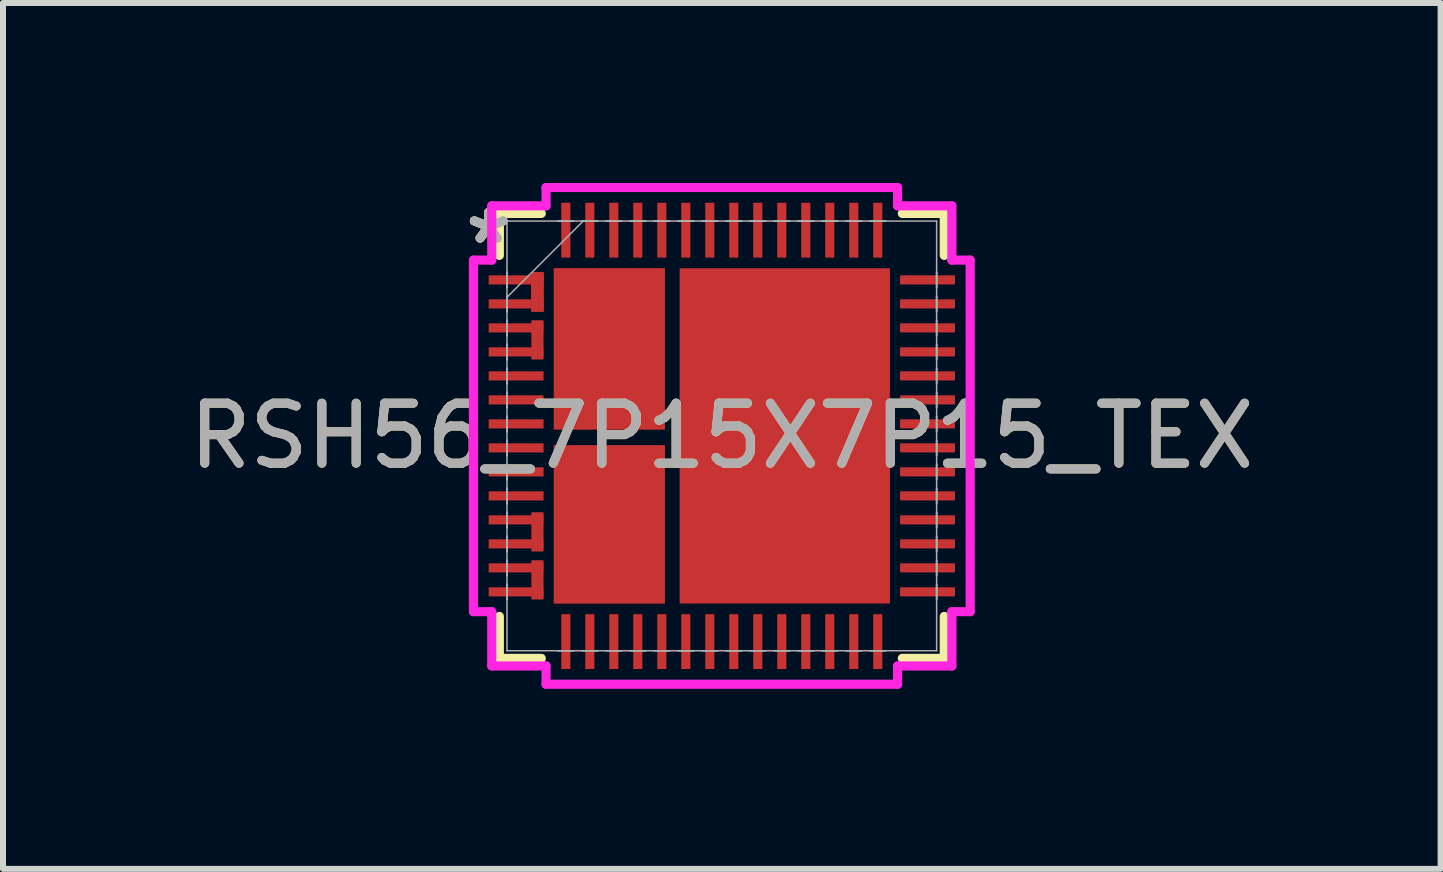
<source format=kicad_pcb>
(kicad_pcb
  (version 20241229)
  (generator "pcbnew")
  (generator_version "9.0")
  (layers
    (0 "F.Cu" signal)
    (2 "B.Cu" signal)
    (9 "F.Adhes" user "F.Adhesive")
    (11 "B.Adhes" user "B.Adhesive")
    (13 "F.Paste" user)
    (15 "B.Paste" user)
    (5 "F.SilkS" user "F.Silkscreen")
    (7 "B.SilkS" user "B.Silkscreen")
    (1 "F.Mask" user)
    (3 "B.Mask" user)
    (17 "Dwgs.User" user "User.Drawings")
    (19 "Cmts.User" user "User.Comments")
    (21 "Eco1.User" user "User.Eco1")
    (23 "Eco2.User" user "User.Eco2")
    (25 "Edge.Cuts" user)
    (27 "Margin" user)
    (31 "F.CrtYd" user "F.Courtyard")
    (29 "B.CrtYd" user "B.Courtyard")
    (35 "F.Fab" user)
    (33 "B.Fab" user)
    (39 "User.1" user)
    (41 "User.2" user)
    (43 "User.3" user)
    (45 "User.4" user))
  (footprint "RSH56_7P15X7P15_TEX"
    (layer "F.Cu")
    (at 8.982 4.216)
    (property "Reference" "RSH56_7P15X7P15_TEX" (at 0 0 0) (unlocked yes) (layer "F.SilkS") (effects (font (size 1 1) (thickness 0.15))))
    (attr smd)
    (fp_poly (pts (xy -2.972 -2.727) (xy -2.972 -2.073) (xy -3.175 -2.073) (xy -3.175 -2.727)) (stroke (width 0) (type solid)) (fill yes) (layer "F.Cu"))
    (fp_poly (pts (xy -2.972 -2.727) (xy -2.972 -2.073) (xy -3.175 -2.073) (xy -3.175 -2.727)) (stroke (width 0) (type solid)) (fill yes) (layer "F.Cu"))
    (fp_poly (pts (xy -2.972 -2.727) (xy -2.972 -2.073) (xy -3.175 -2.073) (xy -3.175 -2.727)) (stroke (width 0) (type solid)) (fill yes) (layer "F.Cu"))
    (fp_poly (pts (xy -2.972 -1.927) (xy -2.972 -1.273) (xy -3.175 -1.273) (xy -3.175 -1.927)) (stroke (width 0) (type solid)) (fill yes) (layer "F.Cu"))
    (fp_poly (pts (xy -2.972 1.273) (xy -2.972 1.927) (xy -3.175 1.927) (xy -3.175 1.273)) (stroke (width 0) (type solid)) (fill yes) (layer "F.Cu"))
    (fp_poly (pts (xy -2.972 2.073) (xy -2.972 2.727) (xy -3.175 2.727) (xy -3.175 2.073)) (stroke (width 0) (type solid)) (fill yes) (layer "F.Cu"))
    (fp_poly (pts (xy -2.972 -2.727) (xy -2.972 -2.073) (xy -3.175 -2.073) (xy -3.175 -2.727)) (stroke (width 0) (type solid)) (fill yes) (layer "F.Mask"))
    (fp_poly (pts (xy -2.972 -1.927) (xy -2.972 -1.273) (xy -3.175 -1.273) (xy -3.175 -1.927)) (stroke (width 0) (type solid)) (fill yes) (layer "F.Mask"))
    (fp_poly (pts (xy -2.972 -1.927) (xy -2.972 -1.273) (xy -3.175 -1.273) (xy -3.175 -1.927)) (stroke (width 0) (type solid)) (fill yes) (layer "F.Mask"))
    (fp_poly (pts (xy -2.972 1.273) (xy -2.972 1.927) (xy -3.175 1.927) (xy -3.175 1.273)) (stroke (width 0) (type solid)) (fill yes) (layer "F.Mask"))
    (fp_poly (pts (xy -2.972 2.073) (xy -2.972 2.727) (xy -3.175 2.727) (xy -3.175 2.073)) (stroke (width 0) (type solid)) (fill yes) (layer "F.Mask"))
    (fp_line (start -3.708 -3.708) (end -3.708 -3.009) (stroke (width 0.152) (type solid)) (layer "F.SilkS"))
    (fp_line (start -3.708 3.009) (end -3.708 3.708) (stroke (width 0.152) (type solid)) (layer "F.SilkS"))
    (fp_line (start -3.708 3.708) (end -3.009 3.708) (stroke (width 0.152) (type solid)) (layer "F.SilkS"))
    (fp_line (start -3.009 -3.708) (end -3.708 -3.708) (stroke (width 0.152) (type solid)) (layer "F.SilkS"))
    (fp_line (start 3.009 3.708) (end 3.708 3.708) (stroke (width 0.152) (type solid)) (layer "F.SilkS"))
    (fp_line (start 3.708 -3.708) (end 3.009 -3.708) (stroke (width 0.152) (type solid)) (layer "F.SilkS"))
    (fp_line (start 3.708 -3.009) (end 3.708 -3.708) (stroke (width 0.152) (type solid)) (layer "F.SilkS"))
    (fp_line (start 3.708 3.708) (end 3.708 3.009) (stroke (width 0.152) (type solid)) (layer "F.SilkS"))
    (fp_poly (pts (xy -2.972 -2.727) (xy -2.972 -2.073) (xy -3.175 -2.073) (xy -3.175 -2.727)) (stroke (width 0) (type solid)) (fill yes) (layer "F.Paste"))
    (fp_poly (pts (xy -2.972 -1.927) (xy -2.972 -1.273) (xy -3.175 -1.273) (xy -3.175 -1.927)) (stroke (width 0) (type solid)) (fill yes) (layer "F.Paste"))
    (fp_poly (pts (xy -2.972 -1.927) (xy -2.972 -1.273) (xy -3.175 -1.273) (xy -3.175 -1.927)) (stroke (width 0) (type solid)) (fill yes) (layer "F.Paste"))
    (fp_poly (pts (xy -2.972 0.873) (xy -2.972 1.527) (xy -3.175 1.527) (xy -3.175 0.873)) (stroke (width 0) (type solid)) (fill yes) (layer "F.Paste"))
    (fp_poly (pts (xy -2.972 2.073) (xy -2.972 2.727) (xy -3.175 2.727) (xy -3.175 2.073)) (stroke (width 0) (type solid)) (fill yes) (layer "F.Paste"))
    (fp_line (start -4.14 -2.93) (end -3.835 -2.93) (stroke (width 0.152) (type solid)) (layer "F.CrtYd"))
    (fp_line (start -4.14 2.93) (end -4.14 -2.93) (stroke (width 0.152) (type solid)) (layer "F.CrtYd"))
    (fp_line (start -3.835 -3.835) (end -2.93 -3.835) (stroke (width 0.152) (type solid)) (layer "F.CrtYd"))
    (fp_line (start -3.835 -2.93) (end -3.835 -3.835) (stroke (width 0.152) (type solid)) (layer "F.CrtYd"))
    (fp_line (start -3.835 2.93) (end -4.14 2.93) (stroke (width 0.152) (type solid)) (layer "F.CrtYd"))
    (fp_line (start -3.835 3.835) (end -3.835 2.93) (stroke (width 0.152) (type solid)) (layer "F.CrtYd"))
    (fp_line (start -2.93 -4.14) (end 2.93 -4.14) (stroke (width 0.152) (type solid)) (layer "F.CrtYd"))
    (fp_line (start -2.93 -3.835) (end -2.93 -4.14) (stroke (width 0.152) (type solid)) (layer "F.CrtYd"))
    (fp_line (start -2.93 3.835) (end -3.835 3.835) (stroke (width 0.152) (type solid)) (layer "F.CrtYd"))
    (fp_line (start -2.93 4.14) (end -2.93 3.835) (stroke (width 0.152) (type solid)) (layer "F.CrtYd"))
    (fp_line (start 2.93 -4.14) (end 2.93 -3.835) (stroke (width 0.152) (type solid)) (layer "F.CrtYd"))
    (fp_line (start 2.93 -3.835) (end 3.835 -3.835) (stroke (width 0.152) (type solid)) (layer "F.CrtYd"))
    (fp_line (start 2.93 3.835) (end 2.93 4.14) (stroke (width 0.152) (type solid)) (layer "F.CrtYd"))
    (fp_line (start 2.93 4.14) (end -2.93 4.14) (stroke (width 0.152) (type solid)) (layer "F.CrtYd"))
    (fp_line (start 3.835 -3.835) (end 3.835 -2.93) (stroke (width 0.152) (type solid)) (layer "F.CrtYd"))
    (fp_line (start 3.835 -2.93) (end 4.14 -2.93) (stroke (width 0.152) (type solid)) (layer "F.CrtYd"))
    (fp_line (start 3.835 2.93) (end 3.835 3.835) (stroke (width 0.152) (type solid)) (layer "F.CrtYd"))
    (fp_line (start 3.835 3.835) (end 2.93 3.835) (stroke (width 0.152) (type solid)) (layer "F.CrtYd"))
    (fp_line (start 4.14 -2.93) (end 4.14 2.93) (stroke (width 0.152) (type solid)) (layer "F.CrtYd"))
    (fp_line (start 4.14 2.93) (end 3.835 2.93) (stroke (width 0.152) (type solid)) (layer "F.CrtYd"))
    (fp_line (start -3.581 -3.581) (end -3.581 3.581) (stroke (width 0.025) (type solid)) (layer "F.Fab"))
    (fp_line (start -3.581 -2.727) (end -3.581 -2.727) (stroke (width 0.025) (type solid)) (layer "F.Fab"))
    (fp_line (start -3.581 -2.727) (end -3.581 -2.473) (stroke (width 0.025) (type solid)) (layer "F.Fab"))
    (fp_line (start -3.581 -2.473) (end -3.581 -2.727) (stroke (width 0.025) (type solid)) (layer "F.Fab"))
    (fp_line (start -3.581 -2.473) (end -3.581 -2.473) (stroke (width 0.025) (type solid)) (layer "F.Fab"))
    (fp_line (start -3.581 -2.327) (end -3.581 -2.327) (stroke (width 0.025) (type solid)) (layer "F.Fab"))
    (fp_line (start -3.581 -2.327) (end -3.581 -2.073) (stroke (width 0.025) (type solid)) (layer "F.Fab"))
    (fp_line (start -3.581 -2.311) (end -2.311 -3.581) (stroke (width 0.025) (type solid)) (layer "F.Fab"))
    (fp_line (start -3.581 -2.073) (end -3.581 -2.327) (stroke (width 0.025) (type solid)) (layer "F.Fab"))
    (fp_line (start -3.581 -2.073) (end -3.581 -2.073) (stroke (width 0.025) (type solid)) (layer "F.Fab"))
    (fp_line (start -3.581 -1.927) (end -3.581 -1.927) (stroke (width 0.025) (type solid)) (layer "F.Fab"))
    (fp_line (start -3.581 -1.927) (end -3.581 -1.673) (stroke (width 0.025) (type solid)) (layer "F.Fab"))
    (fp_line (start -3.581 -1.673) (end -3.581 -1.927) (stroke (width 0.025) (type solid)) (layer "F.Fab"))
    (fp_line (start -3.581 -1.673) (end -3.581 -1.673) (stroke (width 0.025) (type solid)) (layer "F.Fab"))
    (fp_line (start -3.581 -1.527) (end -3.581 -1.527) (stroke (width 0.025) (type solid)) (layer "F.Fab"))
    (fp_line (start -3.581 -1.527) (end -3.581 -1.273) (stroke (width 0.025) (type solid)) (layer "F.Fab"))
    (fp_line (start -3.581 -1.273) (end -3.581 -1.527) (stroke (width 0.025) (type solid)) (layer "F.Fab"))
    (fp_line (start -3.581 -1.273) (end -3.581 -1.273) (stroke (width 0.025) (type solid)) (layer "F.Fab"))
    (fp_line (start -3.581 -1.127) (end -3.581 -1.127) (stroke (width 0.025) (type solid)) (layer "F.Fab"))
    (fp_line (start -3.581 -1.127) (end -3.581 -0.873) (stroke (width 0.025) (type solid)) (layer "F.Fab"))
    (fp_line (start -3.581 -0.873) (end -3.581 -1.127) (stroke (width 0.025) (type solid)) (layer "F.Fab"))
    (fp_line (start -3.581 -0.873) (end -3.581 -0.873) (stroke (width 0.025) (type solid)) (layer "F.Fab"))
    (fp_line (start -3.581 -0.727) (end -3.581 -0.727) (stroke (width 0.025) (type solid)) (layer "F.Fab"))
    (fp_line (start -3.581 -0.727) (end -3.581 -0.473) (stroke (width 0.025) (type solid)) (layer "F.Fab"))
    (fp_line (start -3.581 -0.473) (end -3.581 -0.727) (stroke (width 0.025) (type solid)) (layer "F.Fab"))
    (fp_line (start -3.581 -0.473) (end -3.581 -0.473) (stroke (width 0.025) (type solid)) (layer "F.Fab"))
    (fp_line (start -3.581 -0.327) (end -3.581 -0.327) (stroke (width 0.025) (type solid)) (layer "F.Fab"))
    (fp_line (start -3.581 -0.327) (end -3.581 -0.073) (stroke (width 0.025) (type solid)) (layer "F.Fab"))
    (fp_line (start -3.581 -0.073) (end -3.581 -0.327) (stroke (width 0.025) (type solid)) (layer "F.Fab"))
    (fp_line (start -3.581 -0.073) (end -3.581 -0.073) (stroke (width 0.025) (type solid)) (layer "F.Fab"))
    (fp_line (start -3.581 0.073) (end -3.581 0.073) (stroke (width 0.025) (type solid)) (layer "F.Fab"))
    (fp_line (start -3.581 0.073) (end -3.581 0.327) (stroke (width 0.025) (type solid)) (layer "F.Fab"))
    (fp_line (start -3.581 0.327) (end -3.581 0.073) (stroke (width 0.025) (type solid)) (layer "F.Fab"))
    (fp_line (start -3.581 0.327) (end -3.581 0.327) (stroke (width 0.025) (type solid)) (layer "F.Fab"))
    (fp_line (start -3.581 0.473) (end -3.581 0.473) (stroke (width 0.025) (type solid)) (layer "F.Fab"))
    (fp_line (start -3.581 0.473) (end -3.581 0.727) (stroke (width 0.025) (type solid)) (layer "F.Fab"))
    (fp_line (start -3.581 0.727) (end -3.581 0.473) (stroke (width 0.025) (type solid)) (layer "F.Fab"))
    (fp_line (start -3.581 0.727) (end -3.581 0.727) (stroke (width 0.025) (type solid)) (layer "F.Fab"))
    (fp_line (start -3.581 0.873) (end -3.581 0.873) (stroke (width 0.025) (type solid)) (layer "F.Fab"))
    (fp_line (start -3.581 0.873) (end -3.581 1.127) (stroke (width 0.025) (type solid)) (layer "F.Fab"))
    (fp_line (start -3.581 1.127) (end -3.581 0.873) (stroke (width 0.025) (type solid)) (layer "F.Fab"))
    (fp_line (start -3.581 1.127) (end -3.581 1.127) (stroke (width 0.025) (type solid)) (layer "F.Fab"))
    (fp_line (start -3.581 1.273) (end -3.581 1.273) (stroke (width 0.025) (type solid)) (layer "F.Fab"))
    (fp_line (start -3.581 1.273) (end -3.581 1.527) (stroke (width 0.025) (type solid)) (layer "F.Fab"))
    (fp_line (start -3.581 1.527) (end -3.581 1.273) (stroke (width 0.025) (type solid)) (layer "F.Fab"))
    (fp_line (start -3.581 1.527) (end -3.581 1.527) (stroke (width 0.025) (type solid)) (layer "F.Fab"))
    (fp_line (start -3.581 1.673) (end -3.581 1.673) (stroke (width 0.025) (type solid)) (layer "F.Fab"))
    (fp_line (start -3.581 1.673) (end -3.581 1.927) (stroke (width 0.025) (type solid)) (layer "F.Fab"))
    (fp_line (start -3.581 1.927) (end -3.581 1.673) (stroke (width 0.025) (type solid)) (layer "F.Fab"))
    (fp_line (start -3.581 1.927) (end -3.581 1.927) (stroke (width 0.025) (type solid)) (layer "F.Fab"))
    (fp_line (start -3.581 2.073) (end -3.581 2.073) (stroke (width 0.025) (type solid)) (layer "F.Fab"))
    (fp_line (start -3.581 2.073) (end -3.581 2.327) (stroke (width 0.025) (type solid)) (layer "F.Fab"))
    (fp_line (start -3.581 2.327) (end -3.581 2.073) (stroke (width 0.025) (type solid)) (layer "F.Fab"))
    (fp_line (start -3.581 2.327) (end -3.581 2.327) (stroke (width 0.025) (type solid)) (layer "F.Fab"))
    (fp_line (start -3.581 2.473) (end -3.581 2.473) (stroke (width 0.025) (type solid)) (layer "F.Fab"))
    (fp_line (start -3.581 2.473) (end -3.581 2.727) (stroke (width 0.025) (type solid)) (layer "F.Fab"))
    (fp_line (start -3.581 2.727) (end -3.581 2.473) (stroke (width 0.025) (type solid)) (layer "F.Fab"))
    (fp_line (start -3.581 2.727) (end -3.581 2.727) (stroke (width 0.025) (type solid)) (layer "F.Fab"))
    (fp_line (start -3.581 3.581) (end 3.581 3.581) (stroke (width 0.025) (type solid)) (layer "F.Fab"))
    (fp_line (start -2.727 -3.581) (end -2.727 -3.581) (stroke (width 0.025) (type solid)) (layer "F.Fab"))
    (fp_line (start -2.727 -3.581) (end -2.473 -3.581) (stroke (width 0.025) (type solid)) (layer "F.Fab"))
    (fp_line (start -2.727 3.581) (end -2.727 3.581) (stroke (width 0.025) (type solid)) (layer "F.Fab"))
    (fp_line (start -2.727 3.581) (end -2.473 3.581) (stroke (width 0.025) (type solid)) (layer "F.Fab"))
    (fp_line (start -2.473 -3.581) (end -2.727 -3.581) (stroke (width 0.025) (type solid)) (layer "F.Fab"))
    (fp_line (start -2.473 -3.581) (end -2.473 -3.581) (stroke (width 0.025) (type solid)) (layer "F.Fab"))
    (fp_line (start -2.473 3.581) (end -2.727 3.581) (stroke (width 0.025) (type solid)) (layer "F.Fab"))
    (fp_line (start -2.473 3.581) (end -2.473 3.581) (stroke (width 0.025) (type solid)) (layer "F.Fab"))
    (fp_line (start -2.327 -3.581) (end -2.327 -3.581) (stroke (width 0.025) (type solid)) (layer "F.Fab"))
    (fp_line (start -2.327 -3.581) (end -2.073 -3.581) (stroke (width 0.025) (type solid)) (layer "F.Fab"))
    (fp_line (start -2.327 3.581) (end -2.327 3.581) (stroke (width 0.025) (type solid)) (layer "F.Fab"))
    (fp_line (start -2.327 3.581) (end -2.073 3.581) (stroke (width 0.025) (type solid)) (layer "F.Fab"))
    (fp_line (start -2.073 -3.581) (end -2.327 -3.581) (stroke (width 0.025) (type solid)) (layer "F.Fab"))
    (fp_line (start -2.073 -3.581) (end -2.073 -3.581) (stroke (width 0.025) (type solid)) (layer "F.Fab"))
    (fp_line (start -2.073 3.581) (end -2.327 3.581) (stroke (width 0.025) (type solid)) (layer "F.Fab"))
    (fp_line (start -2.073 3.581) (end -2.073 3.581) (stroke (width 0.025) (type solid)) (layer "F.Fab"))
    (fp_line (start -1.927 -3.581) (end -1.927 -3.581) (stroke (width 0.025) (type solid)) (layer "F.Fab"))
    (fp_line (start -1.927 -3.581) (end -1.673 -3.581) (stroke (width 0.025) (type solid)) (layer "F.Fab"))
    (fp_line (start -1.927 3.581) (end -1.927 3.581) (stroke (width 0.025) (type solid)) (layer "F.Fab"))
    (fp_line (start -1.927 3.581) (end -1.673 3.581) (stroke (width 0.025) (type solid)) (layer "F.Fab"))
    (fp_line (start -1.673 -3.581) (end -1.927 -3.581) (stroke (width 0.025) (type solid)) (layer "F.Fab"))
    (fp_line (start -1.673 -3.581) (end -1.673 -3.581) (stroke (width 0.025) (type solid)) (layer "F.Fab"))
    (fp_line (start -1.673 3.581) (end -1.927 3.581) (stroke (width 0.025) (type solid)) (layer "F.Fab"))
    (fp_line (start -1.673 3.581) (end -1.673 3.581) (stroke (width 0.025) (type solid)) (layer "F.Fab"))
    (fp_line (start -1.527 -3.581) (end -1.527 -3.581) (stroke (width 0.025) (type solid)) (layer "F.Fab"))
    (fp_line (start -1.527 -3.581) (end -1.273 -3.581) (stroke (width 0.025) (type solid)) (layer "F.Fab"))
    (fp_line (start -1.527 3.581) (end -1.527 3.581) (stroke (width 0.025) (type solid)) (layer "F.Fab"))
    (fp_line (start -1.527 3.581) (end -1.273 3.581) (stroke (width 0.025) (type solid)) (layer "F.Fab"))
    (fp_line (start -1.273 -3.581) (end -1.527 -3.581) (stroke (width 0.025) (type solid)) (layer "F.Fab"))
    (fp_line (start -1.273 -3.581) (end -1.273 -3.581) (stroke (width 0.025) (type solid)) (layer "F.Fab"))
    (fp_line (start -1.273 3.581) (end -1.527 3.581) (stroke (width 0.025) (type solid)) (layer "F.Fab"))
    (fp_line (start -1.273 3.581) (end -1.273 3.581) (stroke (width 0.025) (type solid)) (layer "F.Fab"))
    (fp_line (start -1.127 -3.581) (end -1.127 -3.581) (stroke (width 0.025) (type solid)) (layer "F.Fab"))
    (fp_line (start -1.127 -3.581) (end -0.873 -3.581) (stroke (width 0.025) (type solid)) (layer "F.Fab"))
    (fp_line (start -1.127 3.581) (end -1.127 3.581) (stroke (width 0.025) (type solid)) (layer "F.Fab"))
    (fp_line (start -1.127 3.581) (end -0.873 3.581) (stroke (width 0.025) (type solid)) (layer "F.Fab"))
    (fp_line (start -0.873 -3.581) (end -1.127 -3.581) (stroke (width 0.025) (type solid)) (layer "F.Fab"))
    (fp_line (start -0.873 -3.581) (end -0.873 -3.581) (stroke (width 0.025) (type solid)) (layer "F.Fab"))
    (fp_line (start -0.873 3.581) (end -1.127 3.581) (stroke (width 0.025) (type solid)) (layer "F.Fab"))
    (fp_line (start -0.873 3.581) (end -0.873 3.581) (stroke (width 0.025) (type solid)) (layer "F.Fab"))
    (fp_line (start -0.727 -3.581) (end -0.727 -3.581) (stroke (width 0.025) (type solid)) (layer "F.Fab"))
    (fp_line (start -0.727 -3.581) (end -0.473 -3.581) (stroke (width 0.025) (type solid)) (layer "F.Fab"))
    (fp_line (start -0.727 3.581) (end -0.727 3.581) (stroke (width 0.025) (type solid)) (layer "F.Fab"))
    (fp_line (start -0.727 3.581) (end -0.473 3.581) (stroke (width 0.025) (type solid)) (layer "F.Fab"))
    (fp_line (start -0.473 -3.581) (end -0.727 -3.581) (stroke (width 0.025) (type solid)) (layer "F.Fab"))
    (fp_line (start -0.473 -3.581) (end -0.473 -3.581) (stroke (width 0.025) (type solid)) (layer "F.Fab"))
    (fp_line (start -0.473 3.581) (end -0.727 3.581) (stroke (width 0.025) (type solid)) (layer "F.Fab"))
    (fp_line (start -0.473 3.581) (end -0.473 3.581) (stroke (width 0.025) (type solid)) (layer "F.Fab"))
    (fp_line (start -0.327 -3.581) (end -0.327 -3.581) (stroke (width 0.025) (type solid)) (layer "F.Fab"))
    (fp_line (start -0.327 -3.581) (end -0.073 -3.581) (stroke (width 0.025) (type solid)) (layer "F.Fab"))
    (fp_line (start -0.327 3.581) (end -0.327 3.581) (stroke (width 0.025) (type solid)) (layer "F.Fab"))
    (fp_line (start -0.327 3.581) (end -0.073 3.581) (stroke (width 0.025) (type solid)) (layer "F.Fab"))
    (fp_line (start -0.073 -3.581) (end -0.327 -3.581) (stroke (width 0.025) (type solid)) (layer "F.Fab"))
    (fp_line (start -0.073 -3.581) (end -0.073 -3.581) (stroke (width 0.025) (type solid)) (layer "F.Fab"))
    (fp_line (start -0.073 3.581) (end -0.327 3.581) (stroke (width 0.025) (type solid)) (layer "F.Fab"))
    (fp_line (start -0.073 3.581) (end -0.073 3.581) (stroke (width 0.025) (type solid)) (layer "F.Fab"))
    (fp_line (start 0.073 -3.581) (end 0.073 -3.581) (stroke (width 0.025) (type solid)) (layer "F.Fab"))
    (fp_line (start 0.073 -3.581) (end 0.327 -3.581) (stroke (width 0.025) (type solid)) (layer "F.Fab"))
    (fp_line (start 0.073 3.581) (end 0.073 3.581) (stroke (width 0.025) (type solid)) (layer "F.Fab"))
    (fp_line (start 0.073 3.581) (end 0.327 3.581) (stroke (width 0.025) (type solid)) (layer "F.Fab"))
    (fp_line (start 0.327 -3.581) (end 0.073 -3.581) (stroke (width 0.025) (type solid)) (layer "F.Fab"))
    (fp_line (start 0.327 -3.581) (end 0.327 -3.581) (stroke (width 0.025) (type solid)) (layer "F.Fab"))
    (fp_line (start 0.327 3.581) (end 0.073 3.581) (stroke (width 0.025) (type solid)) (layer "F.Fab"))
    (fp_line (start 0.327 3.581) (end 0.327 3.581) (stroke (width 0.025) (type solid)) (layer "F.Fab"))
    (fp_line (start 0.473 -3.581) (end 0.473 -3.581) (stroke (width 0.025) (type solid)) (layer "F.Fab"))
    (fp_line (start 0.473 -3.581) (end 0.727 -3.581) (stroke (width 0.025) (type solid)) (layer "F.Fab"))
    (fp_line (start 0.473 3.581) (end 0.473 3.581) (stroke (width 0.025) (type solid)) (layer "F.Fab"))
    (fp_line (start 0.473 3.581) (end 0.727 3.581) (stroke (width 0.025) (type solid)) (layer "F.Fab"))
    (fp_line (start 0.727 -3.581) (end 0.473 -3.581) (stroke (width 0.025) (type solid)) (layer "F.Fab"))
    (fp_line (start 0.727 -3.581) (end 0.727 -3.581) (stroke (width 0.025) (type solid)) (layer "F.Fab"))
    (fp_line (start 0.727 3.581) (end 0.473 3.581) (stroke (width 0.025) (type solid)) (layer "F.Fab"))
    (fp_line (start 0.727 3.581) (end 0.727 3.581) (stroke (width 0.025) (type solid)) (layer "F.Fab"))
    (fp_line (start 0.873 -3.581) (end 0.873 -3.581) (stroke (width 0.025) (type solid)) (layer "F.Fab"))
    (fp_line (start 0.873 -3.581) (end 1.127 -3.581) (stroke (width 0.025) (type solid)) (layer "F.Fab"))
    (fp_line (start 0.873 3.581) (end 0.873 3.581) (stroke (width 0.025) (type solid)) (layer "F.Fab"))
    (fp_line (start 0.873 3.581) (end 1.127 3.581) (stroke (width 0.025) (type solid)) (layer "F.Fab"))
    (fp_line (start 1.127 -3.581) (end 0.873 -3.581) (stroke (width 0.025) (type solid)) (layer "F.Fab"))
    (fp_line (start 1.127 -3.581) (end 1.127 -3.581) (stroke (width 0.025) (type solid)) (layer "F.Fab"))
    (fp_line (start 1.127 3.581) (end 0.873 3.581) (stroke (width 0.025) (type solid)) (layer "F.Fab"))
    (fp_line (start 1.127 3.581) (end 1.127 3.581) (stroke (width 0.025) (type solid)) (layer "F.Fab"))
    (fp_line (start 1.273 -3.581) (end 1.273 -3.581) (stroke (width 0.025) (type solid)) (layer "F.Fab"))
    (fp_line (start 1.273 -3.581) (end 1.527 -3.581) (stroke (width 0.025) (type solid)) (layer "F.Fab"))
    (fp_line (start 1.273 3.581) (end 1.273 3.581) (stroke (width 0.025) (type solid)) (layer "F.Fab"))
    (fp_line (start 1.273 3.581) (end 1.527 3.581) (stroke (width 0.025) (type solid)) (layer "F.Fab"))
    (fp_line (start 1.527 -3.581) (end 1.273 -3.581) (stroke (width 0.025) (type solid)) (layer "F.Fab"))
    (fp_line (start 1.527 -3.581) (end 1.527 -3.581) (stroke (width 0.025) (type solid)) (layer "F.Fab"))
    (fp_line (start 1.527 3.581) (end 1.273 3.581) (stroke (width 0.025) (type solid)) (layer "F.Fab"))
    (fp_line (start 1.527 3.581) (end 1.527 3.581) (stroke (width 0.025) (type solid)) (layer "F.Fab"))
    (fp_line (start 1.673 -3.581) (end 1.673 -3.581) (stroke (width 0.025) (type solid)) (layer "F.Fab"))
    (fp_line (start 1.673 -3.581) (end 1.927 -3.581) (stroke (width 0.025) (type solid)) (layer "F.Fab"))
    (fp_line (start 1.673 3.581) (end 1.673 3.581) (stroke (width 0.025) (type solid)) (layer "F.Fab"))
    (fp_line (start 1.673 3.581) (end 1.927 3.581) (stroke (width 0.025) (type solid)) (layer "F.Fab"))
    (fp_line (start 1.927 -3.581) (end 1.673 -3.581) (stroke (width 0.025) (type solid)) (layer "F.Fab"))
    (fp_line (start 1.927 -3.581) (end 1.927 -3.581) (stroke (width 0.025) (type solid)) (layer "F.Fab"))
    (fp_line (start 1.927 3.581) (end 1.673 3.581) (stroke (width 0.025) (type solid)) (layer "F.Fab"))
    (fp_line (start 1.927 3.581) (end 1.927 3.581) (stroke (width 0.025) (type solid)) (layer "F.Fab"))
    (fp_line (start 2.073 -3.581) (end 2.073 -3.581) (stroke (width 0.025) (type solid)) (layer "F.Fab"))
    (fp_line (start 2.073 -3.581) (end 2.327 -3.581) (stroke (width 0.025) (type solid)) (layer "F.Fab"))
    (fp_line (start 2.073 3.581) (end 2.073 3.581) (stroke (width 0.025) (type solid)) (layer "F.Fab"))
    (fp_line (start 2.073 3.581) (end 2.327 3.581) (stroke (width 0.025) (type solid)) (layer "F.Fab"))
    (fp_line (start 2.327 -3.581) (end 2.073 -3.581) (stroke (width 0.025) (type solid)) (layer "F.Fab"))
    (fp_line (start 2.327 -3.581) (end 2.327 -3.581) (stroke (width 0.025) (type solid)) (layer "F.Fab"))
    (fp_line (start 2.327 3.581) (end 2.073 3.581) (stroke (width 0.025) (type solid)) (layer "F.Fab"))
    (fp_line (start 2.327 3.581) (end 2.327 3.581) (stroke (width 0.025) (type solid)) (layer "F.Fab"))
    (fp_line (start 2.473 -3.581) (end 2.473 -3.581) (stroke (width 0.025) (type solid)) (layer "F.Fab"))
    (fp_line (start 2.473 -3.581) (end 2.727 -3.581) (stroke (width 0.025) (type solid)) (layer "F.Fab"))
    (fp_line (start 2.473 3.581) (end 2.473 3.581) (stroke (width 0.025) (type solid)) (layer "F.Fab"))
    (fp_line (start 2.473 3.581) (end 2.727 3.581) (stroke (width 0.025) (type solid)) (layer "F.Fab"))
    (fp_line (start 2.727 -3.581) (end 2.473 -3.581) (stroke (width 0.025) (type solid)) (layer "F.Fab"))
    (fp_line (start 2.727 -3.581) (end 2.727 -3.581) (stroke (width 0.025) (type solid)) (layer "F.Fab"))
    (fp_line (start 2.727 3.581) (end 2.473 3.581) (stroke (width 0.025) (type solid)) (layer "F.Fab"))
    (fp_line (start 2.727 3.581) (end 2.727 3.581) (stroke (width 0.025) (type solid)) (layer "F.Fab"))
    (fp_line (start 3.581 -3.581) (end -3.581 -3.581) (stroke (width 0.025) (type solid)) (layer "F.Fab"))
    (fp_line (start 3.581 -2.727) (end 3.581 -2.727) (stroke (width 0.025) (type solid)) (layer "F.Fab"))
    (fp_line (start 3.581 -2.727) (end 3.581 -2.473) (stroke (width 0.025) (type solid)) (layer "F.Fab"))
    (fp_line (start 3.581 -2.473) (end 3.581 -2.727) (stroke (width 0.025) (type solid)) (layer "F.Fab"))
    (fp_line (start 3.581 -2.473) (end 3.581 -2.473) (stroke (width 0.025) (type solid)) (layer "F.Fab"))
    (fp_line (start 3.581 -2.327) (end 3.581 -2.327) (stroke (width 0.025) (type solid)) (layer "F.Fab"))
    (fp_line (start 3.581 -2.327) (end 3.581 -2.073) (stroke (width 0.025) (type solid)) (layer "F.Fab"))
    (fp_line (start 3.581 -2.073) (end 3.581 -2.327) (stroke (width 0.025) (type solid)) (layer "F.Fab"))
    (fp_line (start 3.581 -2.073) (end 3.581 -2.073) (stroke (width 0.025) (type solid)) (layer "F.Fab"))
    (fp_line (start 3.581 -1.927) (end 3.581 -1.927) (stroke (width 0.025) (type solid)) (layer "F.Fab"))
    (fp_line (start 3.581 -1.927) (end 3.581 -1.673) (stroke (width 0.025) (type solid)) (layer "F.Fab"))
    (fp_line (start 3.581 -1.673) (end 3.581 -1.927) (stroke (width 0.025) (type solid)) (layer "F.Fab"))
    (fp_line (start 3.581 -1.673) (end 3.581 -1.673) (stroke (width 0.025) (type solid)) (layer "F.Fab"))
    (fp_line (start 3.581 -1.527) (end 3.581 -1.527) (stroke (width 0.025) (type solid)) (layer "F.Fab"))
    (fp_line (start 3.581 -1.527) (end 3.581 -1.273) (stroke (width 0.025) (type solid)) (layer "F.Fab"))
    (fp_line (start 3.581 -1.273) (end 3.581 -1.527) (stroke (width 0.025) (type solid)) (layer "F.Fab"))
    (fp_line (start 3.581 -1.273) (end 3.581 -1.273) (stroke (width 0.025) (type solid)) (layer "F.Fab"))
    (fp_line (start 3.581 -1.127) (end 3.581 -1.127) (stroke (width 0.025) (type solid)) (layer "F.Fab"))
    (fp_line (start 3.581 -1.127) (end 3.581 -0.873) (stroke (width 0.025) (type solid)) (layer "F.Fab"))
    (fp_line (start 3.581 -0.873) (end 3.581 -1.127) (stroke (width 0.025) (type solid)) (layer "F.Fab"))
    (fp_line (start 3.581 -0.873) (end 3.581 -0.873) (stroke (width 0.025) (type solid)) (layer "F.Fab"))
    (fp_line (start 3.581 -0.727) (end 3.581 -0.727) (stroke (width 0.025) (type solid)) (layer "F.Fab"))
    (fp_line (start 3.581 -0.727) (end 3.581 -0.473) (stroke (width 0.025) (type solid)) (layer "F.Fab"))
    (fp_line (start 3.581 -0.473) (end 3.581 -0.727) (stroke (width 0.025) (type solid)) (layer "F.Fab"))
    (fp_line (start 3.581 -0.473) (end 3.581 -0.473) (stroke (width 0.025) (type solid)) (layer "F.Fab"))
    (fp_line (start 3.581 -0.327) (end 3.581 -0.327) (stroke (width 0.025) (type solid)) (layer "F.Fab"))
    (fp_line (start 3.581 -0.327) (end 3.581 -0.073) (stroke (width 0.025) (type solid)) (layer "F.Fab"))
    (fp_line (start 3.581 -0.073) (end 3.581 -0.327) (stroke (width 0.025) (type solid)) (layer "F.Fab"))
    (fp_line (start 3.581 -0.073) (end 3.581 -0.073) (stroke (width 0.025) (type solid)) (layer "F.Fab"))
    (fp_line (start 3.581 0.073) (end 3.581 0.073) (stroke (width 0.025) (type solid)) (layer "F.Fab"))
    (fp_line (start 3.581 0.073) (end 3.581 0.327) (stroke (width 0.025) (type solid)) (layer "F.Fab"))
    (fp_line (start 3.581 0.327) (end 3.581 0.073) (stroke (width 0.025) (type solid)) (layer "F.Fab"))
    (fp_line (start 3.581 0.327) (end 3.581 0.327) (stroke (width 0.025) (type solid)) (layer "F.Fab"))
    (fp_line (start 3.581 0.473) (end 3.581 0.473) (stroke (width 0.025) (type solid)) (layer "F.Fab"))
    (fp_line (start 3.581 0.473) (end 3.581 0.727) (stroke (width 0.025) (type solid)) (layer "F.Fab"))
    (fp_line (start 3.581 0.727) (end 3.581 0.473) (stroke (width 0.025) (type solid)) (layer "F.Fab"))
    (fp_line (start 3.581 0.727) (end 3.581 0.727) (stroke (width 0.025) (type solid)) (layer "F.Fab"))
    (fp_line (start 3.581 0.873) (end 3.581 0.873) (stroke (width 0.025) (type solid)) (layer "F.Fab"))
    (fp_line (start 3.581 0.873) (end 3.581 1.127) (stroke (width 0.025) (type solid)) (layer "F.Fab"))
    (fp_line (start 3.581 1.127) (end 3.581 0.873) (stroke (width 0.025) (type solid)) (layer "F.Fab"))
    (fp_line (start 3.581 1.127) (end 3.581 1.127) (stroke (width 0.025) (type solid)) (layer "F.Fab"))
    (fp_line (start 3.581 1.273) (end 3.581 1.273) (stroke (width 0.025) (type solid)) (layer "F.Fab"))
    (fp_line (start 3.581 1.273) (end 3.581 1.527) (stroke (width 0.025) (type solid)) (layer "F.Fab"))
    (fp_line (start 3.581 1.527) (end 3.581 1.273) (stroke (width 0.025) (type solid)) (layer "F.Fab"))
    (fp_line (start 3.581 1.527) (end 3.581 1.527) (stroke (width 0.025) (type solid)) (layer "F.Fab"))
    (fp_line (start 3.581 1.673) (end 3.581 1.673) (stroke (width 0.025) (type solid)) (layer "F.Fab"))
    (fp_line (start 3.581 1.673) (end 3.581 1.927) (stroke (width 0.025) (type solid)) (layer "F.Fab"))
    (fp_line (start 3.581 1.927) (end 3.581 1.673) (stroke (width 0.025) (type solid)) (layer "F.Fab"))
    (fp_line (start 3.581 1.927) (end 3.581 1.927) (stroke (width 0.025) (type solid)) (layer "F.Fab"))
    (fp_line (start 3.581 2.073) (end 3.581 2.073) (stroke (width 0.025) (type solid)) (layer "F.Fab"))
    (fp_line (start 3.581 2.073) (end 3.581 2.327) (stroke (width 0.025) (type solid)) (layer "F.Fab"))
    (fp_line (start 3.581 2.327) (end 3.581 2.073) (stroke (width 0.025) (type solid)) (layer "F.Fab"))
    (fp_line (start 3.581 2.327) (end 3.581 2.327) (stroke (width 0.025) (type solid)) (layer "F.Fab"))
    (fp_line (start 3.581 2.473) (end 3.581 2.473) (stroke (width 0.025) (type solid)) (layer "F.Fab"))
    (fp_line (start 3.581 2.473) (end 3.581 2.727) (stroke (width 0.025) (type solid)) (layer "F.Fab"))
    (fp_line (start 3.581 2.727) (end 3.581 2.473) (stroke (width 0.025) (type solid)) (layer "F.Fab"))
    (fp_line (start 3.581 2.727) (end 3.581 2.727) (stroke (width 0.025) (type solid)) (layer "F.Fab"))
    (fp_line (start 3.581 3.581) (end 3.581 -3.581) (stroke (width 0.025) (type solid)) (layer "F.Fab"))
    (fp_text user "*" (at -3.886 -3.181 0) (unlocked yes) (layer "F.SilkS") (effects (font (size 1 1) (thickness 0.15))))
    (fp_text user "*" (at -3.886 -3.181 0) (layer "F.SilkS") (effects (font (size 1 1) (thickness 0.15))))
    (fp_text user "*" (at -3.886 -3.181 0) (layer "F.Fab") (effects (font (size 1 1) (thickness 0.15))))
    (fp_text user "*" (at -3.886 -3.181 0) (unlocked yes) (layer "F.Fab") (effects (font (size 1 1) (thickness 0.15))))
    (fp_text user "${REFERENCE}" (at 0 0 0) (unlocked yes) (layer "F.Fab") (effects (font (size 1 1) (thickness 0.15))))
    (pad "1" smd rect (at -3.429 -2.6 90) (size 0.152 0.914) (layers "F.Cu" "F.Mask" "F.Paste"))
    (pad "2" smd rect (at -3.429 -2.2 90) (size 0.152 0.914) (layers "F.Cu" "F.Mask" "F.Paste"))
    (pad "3" smd rect (at -3.429 -1.8 90) (size 0.152 0.914) (layers "F.Cu" "F.Mask" "F.Paste"))
    (pad "4" smd rect (at -3.429 -1.4 90) (size 0.152 0.914) (layers "F.Cu" "F.Mask" "F.Paste"))
    (pad "5" smd rect (at -3.429 -1 90) (size 0.152 0.914) (layers "F.Cu" "F.Mask" "F.Paste"))
    (pad "6" smd rect (at -3.429 -0.6 90) (size 0.152 0.914) (layers "F.Cu" "F.Mask" "F.Paste"))
    (pad "7" smd rect (at -3.429 -0.2 90) (size 0.152 0.914) (layers "F.Cu" "F.Mask" "F.Paste"))
    (pad "8" smd rect (at -3.429 0.2 90) (size 0.152 0.914) (layers "F.Cu" "F.Mask" "F.Paste"))
    (pad "9" smd rect (at -3.429 0.6 90) (size 0.152 0.914) (layers "F.Cu" "F.Mask" "F.Paste"))
    (pad "10" smd rect (at -3.429 1 90) (size 0.152 0.914) (layers "F.Cu" "F.Mask" "F.Paste"))
    (pad "11" smd rect (at -3.429 1.4 90) (size 0.152 0.914) (layers "F.Cu" "F.Mask" "F.Paste"))
    (pad "12" smd rect (at -3.429 1.8 90) (size 0.152 0.914) (layers "F.Cu" "F.Mask" "F.Paste"))
    (pad "13" smd rect (at -3.429 2.2 90) (size 0.152 0.914) (layers "F.Cu" "F.Mask" "F.Paste"))
    (pad "14" smd rect (at -3.429 2.6 90) (size 0.152 0.914) (layers "F.Cu" "F.Mask" "F.Paste"))
    (pad "15" smd rect (at -2.6 3.429) (size 0.152 0.914) (layers "F.Cu" "F.Mask" "F.Paste"))
    (pad "16" smd rect (at -2.2 3.429) (size 0.152 0.914) (layers "F.Cu" "F.Mask" "F.Paste"))
    (pad "17" smd rect (at -1.8 3.429) (size 0.152 0.914) (layers "F.Cu" "F.Mask" "F.Paste"))
    (pad "18" smd rect (at -1.4 3.429) (size 0.152 0.914) (layers "F.Cu" "F.Mask" "F.Paste"))
    (pad "19" smd rect (at -1 3.429) (size 0.152 0.914) (layers "F.Cu" "F.Mask" "F.Paste"))
    (pad "20" smd rect (at -0.6 3.429) (size 0.152 0.914) (layers "F.Cu" "F.Mask" "F.Paste"))
    (pad "21" smd rect (at -0.2 3.429) (size 0.152 0.914) (layers "F.Cu" "F.Mask" "F.Paste"))
    (pad "22" smd rect (at 0.2 3.429) (size 0.152 0.914) (layers "F.Cu" "F.Mask" "F.Paste"))
    (pad "23" smd rect (at 0.6 3.429) (size 0.152 0.914) (layers "F.Cu" "F.Mask" "F.Paste"))
    (pad "24" smd rect (at 1 3.429) (size 0.152 0.914) (layers "F.Cu" "F.Mask" "F.Paste"))
    (pad "25" smd rect (at 1.4 3.429) (size 0.152 0.914) (layers "F.Cu" "F.Mask" "F.Paste"))
    (pad "26" smd rect (at 1.8 3.429) (size 0.152 0.914) (layers "F.Cu" "F.Mask" "F.Paste"))
    (pad "27" smd rect (at 2.2 3.429) (size 0.152 0.914) (layers "F.Cu" "F.Mask" "F.Paste"))
    (pad "28" smd rect (at 2.6 3.429) (size 0.152 0.914) (layers "F.Cu" "F.Mask" "F.Paste"))
    (pad "29" smd rect (at 3.429 2.6 90) (size 0.152 0.914) (layers "F.Cu" "F.Mask" "F.Paste"))
    (pad "30" smd rect (at 3.429 2.2 90) (size 0.152 0.914) (layers "F.Cu" "F.Mask" "F.Paste"))
    (pad "31" smd rect (at 3.429 1.8 90) (size 0.152 0.914) (layers "F.Cu" "F.Mask" "F.Paste"))
    (pad "32" smd rect (at 3.429 1.4 90) (size 0.152 0.914) (layers "F.Cu" "F.Mask" "F.Paste"))
    (pad "33" smd rect (at 3.429 1 90) (size 0.152 0.914) (layers "F.Cu" "F.Mask" "F.Paste"))
    (pad "34" smd rect (at 3.429 0.6 90) (size 0.152 0.914) (layers "F.Cu" "F.Mask" "F.Paste"))
    (pad "35" smd rect (at 3.429 0.2 90) (size 0.152 0.914) (layers "F.Cu" "F.Mask" "F.Paste"))
    (pad "36" smd rect (at 3.429 -0.2 90) (size 0.152 0.914) (layers "F.Cu" "F.Mask" "F.Paste"))
    (pad "37" smd rect (at 3.429 -0.6 90) (size 0.152 0.914) (layers "F.Cu" "F.Mask" "F.Paste"))
    (pad "38" smd rect (at 3.429 -1 90) (size 0.152 0.914) (layers "F.Cu" "F.Mask" "F.Paste"))
    (pad "39" smd rect (at 3.429 -1.4 90) (size 0.152 0.914) (layers "F.Cu" "F.Mask" "F.Paste"))
    (pad "40" smd rect (at 3.429 -1.8 90) (size 0.152 0.914) (layers "F.Cu" "F.Mask" "F.Paste"))
    (pad "41" smd rect (at 3.429 -2.2 90) (size 0.152 0.914) (layers "F.Cu" "F.Mask" "F.Paste"))
    (pad "42" smd rect (at 3.429 -2.6 90) (size 0.152 0.914) (layers "F.Cu" "F.Mask" "F.Paste"))
    (pad "43" smd rect (at 2.6 -3.429) (size 0.152 0.914) (layers "F.Cu" "F.Mask" "F.Paste"))
    (pad "44" smd rect (at 2.2 -3.429) (size 0.152 0.914) (layers "F.Cu" "F.Mask" "F.Paste"))
    (pad "45" smd rect (at 1.8 -3.429) (size 0.152 0.914) (layers "F.Cu" "F.Mask" "F.Paste"))
    (pad "46" smd rect (at 1.4 -3.429) (size 0.152 0.914) (layers "F.Cu" "F.Mask" "F.Paste"))
    (pad "47" smd rect (at 1 -3.429) (size 0.152 0.914) (layers "F.Cu" "F.Mask" "F.Paste"))
    (pad "48" smd rect (at 0.6 -3.429) (size 0.152 0.914) (layers "F.Cu" "F.Mask" "F.Paste"))
    (pad "49" smd rect (at 0.2 -3.429) (size 0.152 0.914) (layers "F.Cu" "F.Mask" "F.Paste"))
    (pad "50" smd rect (at -0.2 -3.429) (size 0.152 0.914) (layers "F.Cu" "F.Mask" "F.Paste"))
    (pad "51" smd rect (at -0.6 -3.429) (size 0.152 0.914) (layers "F.Cu" "F.Mask" "F.Paste"))
    (pad "52" smd rect (at -1 -3.429) (size 0.152 0.914) (layers "F.Cu" "F.Mask" "F.Paste"))
    (pad "53" smd rect (at -1.4 -3.429) (size 0.152 0.914) (layers "F.Cu" "F.Mask" "F.Paste"))
    (pad "54" smd rect (at -1.8 -3.429) (size 0.152 0.914) (layers "F.Cu" "F.Mask" "F.Paste"))
    (pad "55" smd rect (at -2.2 -3.429) (size 0.152 0.914) (layers "F.Cu" "F.Mask" "F.Paste"))
    (pad "56" smd rect (at -2.6 -3.429) (size 0.152 0.914) (layers "F.Cu" "F.Mask" "F.Paste"))
    (pad "57" smd rect (at -1.875 -1.45) (size 1.854 2.692) (layers "F.Cu" "F.Mask" "F.Paste"))
    (pad "58" smd rect (at -1.875 1.475) (size 1.854 2.642) (layers "F.Cu" "F.Mask" "F.Paste"))
    (pad "59" smd rect (at 1.05 0) (size 3.505 5.588) (layers "F.Cu" "F.Mask" "F.Paste")))
  (gr_rect
    (start -3 -3)
    (end 20.964 11.433)
    (stroke (width 0.1) (type default))
    (fill no)
    (layer "Edge.Cuts")))
</source>
